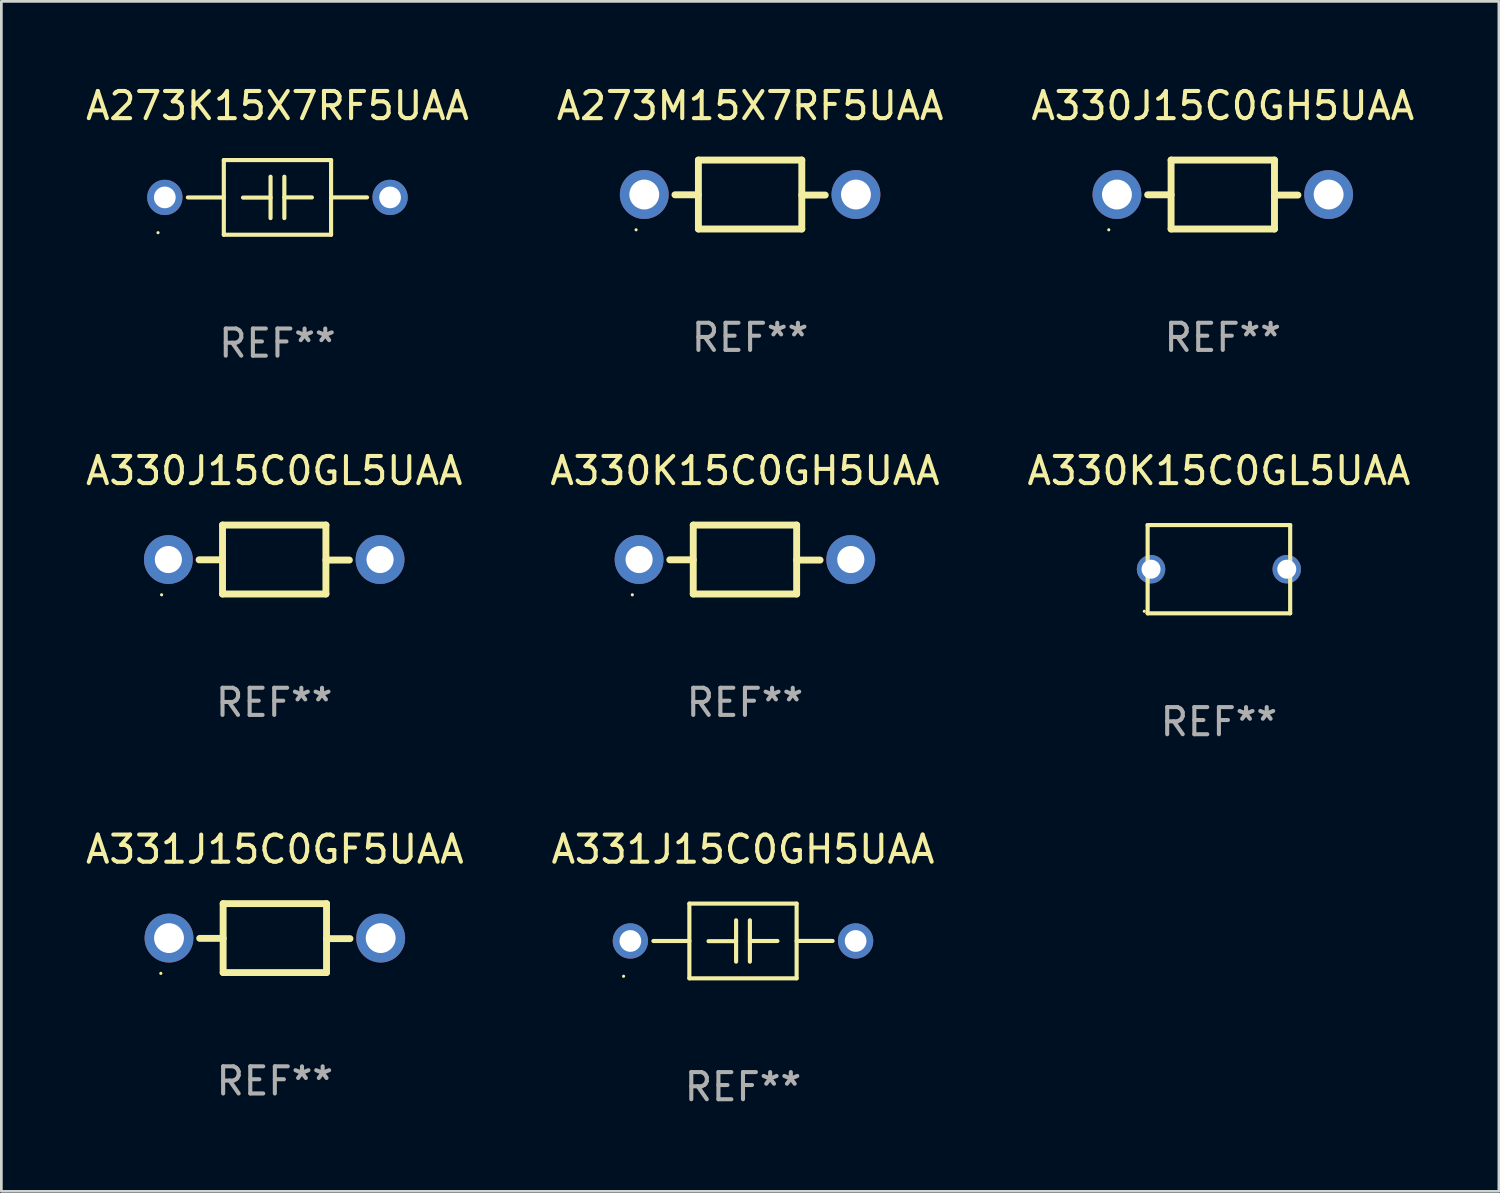
<source format=kicad_pcb>
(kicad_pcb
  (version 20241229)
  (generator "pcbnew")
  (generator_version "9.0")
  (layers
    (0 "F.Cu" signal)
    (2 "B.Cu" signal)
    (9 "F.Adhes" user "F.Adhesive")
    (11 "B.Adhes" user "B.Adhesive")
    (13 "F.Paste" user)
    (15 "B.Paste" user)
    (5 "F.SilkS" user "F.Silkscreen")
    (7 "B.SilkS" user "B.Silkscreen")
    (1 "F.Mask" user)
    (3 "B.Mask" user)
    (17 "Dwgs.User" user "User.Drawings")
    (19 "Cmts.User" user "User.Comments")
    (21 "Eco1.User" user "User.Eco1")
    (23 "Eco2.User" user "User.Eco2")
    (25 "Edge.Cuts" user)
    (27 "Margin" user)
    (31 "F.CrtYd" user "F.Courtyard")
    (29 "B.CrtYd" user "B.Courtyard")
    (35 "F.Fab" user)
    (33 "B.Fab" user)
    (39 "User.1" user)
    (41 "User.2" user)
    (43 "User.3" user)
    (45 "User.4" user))
  (footprint "A331J15C0GF5UAA"
    (layer "F.Cu")
    (at 7.077 31.516)
    (property "Reference" "A331J15C0GF5UAA" (at 0 -3.27 0) (layer "F.SilkS") (effects (font (size 1 1) (thickness 0.15))))
    (attr through_hole)
    (fp_line (start -1.905 -1.27) (end -1.905 1.27) (stroke (width 0.254) (type solid)) (layer "F.SilkS"))
    (fp_line (start -1.905 0.01) (end -2.769 0.01) (stroke (width 0.254) (type solid)) (layer "F.SilkS"))
    (fp_line (start -1.905 1.27) (end 1.905 1.27) (stroke (width 0.254) (type solid)) (layer "F.SilkS"))
    (fp_line (start 1.905 -1.27) (end -1.905 -1.27) (stroke (width 0.254) (type solid)) (layer "F.SilkS"))
    (fp_line (start 1.905 0.02) (end 2.769 0.02) (stroke (width 0.254) (type solid)) (layer "F.SilkS"))
    (fp_line (start 1.905 1.27) (end 1.905 -1.27) (stroke (width 0.254) (type solid)) (layer "F.SilkS"))
    (fp_circle (center -4.201 1.3) (end -4.171 1.3) (stroke (width 0.06) (type solid)) (fill no) (layer "F.SilkS"))
    (fp_text user "REF**" (at 0 5.27 0) (layer "F.Fab") (effects (font (size 1 1) (thickness 0.15))))
    (pad "1" thru_hole circle (at -3.9 0) (size 1.8 1.8) (drill 1.1) (layers "*.Cu" "*.Mask"))
    (pad "2" thru_hole circle (at 3.9 0) (size 1.8 1.8) (drill 1.1) (layers "*.Cu" "*.Mask")))
  (footprint "A330J15C0GL5UAA"
    (layer "F.Cu")
    (at 7.054 17.567)
    (property "Reference" "A330J15C0GL5UAA" (at 0 -3.27 0) (layer "F.SilkS") (effects (font (size 1 1) (thickness 0.15))))
    (attr through_hole)
    (fp_line (start -1.905 -1.27) (end -1.905 1.27) (stroke (width 0.254) (type solid)) (layer "F.SilkS"))
    (fp_line (start -1.905 0.01) (end -2.769 0.01) (stroke (width 0.254) (type solid)) (layer "F.SilkS"))
    (fp_line (start -1.905 1.27) (end 1.905 1.27) (stroke (width 0.254) (type solid)) (layer "F.SilkS"))
    (fp_line (start 1.905 -1.27) (end -1.905 -1.27) (stroke (width 0.254) (type solid)) (layer "F.SilkS"))
    (fp_line (start 1.905 0.02) (end 2.769 0.02) (stroke (width 0.254) (type solid)) (layer "F.SilkS"))
    (fp_line (start 1.905 1.27) (end 1.905 -1.27) (stroke (width 0.254) (type solid)) (layer "F.SilkS"))
    (fp_circle (center -4.15 1.3) (end -4.12 1.3) (stroke (width 0.06) (type solid)) (fill no) (layer "F.SilkS"))
    (fp_text user "REF**" (at 0 5.27 0) (layer "F.Fab") (effects (font (size 1 1) (thickness 0.15))))
    (pad "1" thru_hole circle (at -3.9 0) (size 1.8 1.8) (drill 1) (layers "*.Cu" "*.Mask"))
    (pad "2" thru_hole circle (at 3.9 0) (size 1.8 1.8) (drill 1) (layers "*.Cu" "*.Mask")))
  (footprint "A330K15C0GH5UAA"
    (layer "F.Cu")
    (at 24.399 17.567)
    (property "Reference" "A330K15C0GH5UAA" (at 0 -3.27 0) (layer "F.SilkS") (effects (font (size 1 1) (thickness 0.15))))
    (attr through_hole)
    (fp_line (start -1.905 -1.27) (end -1.905 1.27) (stroke (width 0.254) (type solid)) (layer "F.SilkS"))
    (fp_line (start -1.905 0.01) (end -2.769 0.01) (stroke (width 0.254) (type solid)) (layer "F.SilkS"))
    (fp_line (start -1.905 1.27) (end 1.905 1.27) (stroke (width 0.254) (type solid)) (layer "F.SilkS"))
    (fp_line (start 1.905 -1.27) (end -1.905 -1.27) (stroke (width 0.254) (type solid)) (layer "F.SilkS"))
    (fp_line (start 1.905 0.02) (end 2.769 0.02) (stroke (width 0.254) (type solid)) (layer "F.SilkS"))
    (fp_line (start 1.905 1.27) (end 1.905 -1.27) (stroke (width 0.254) (type solid)) (layer "F.SilkS"))
    (fp_circle (center -4.15 1.3) (end -4.12 1.3) (stroke (width 0.06) (type solid)) (fill no) (layer "F.SilkS"))
    (fp_text user "REF**" (at 0 5.27 0) (layer "F.Fab") (effects (font (size 1 1) (thickness 0.15))))
    (pad "1" thru_hole circle (at -3.9 0) (size 1.8 1.8) (drill 1) (layers "*.Cu" "*.Mask"))
    (pad "2" thru_hole circle (at 3.9 0) (size 1.8 1.8) (drill 1) (layers "*.Cu" "*.Mask")))
  (footprint "A273K15X7RF5UAA"
    (layer "F.Cu")
    (at 7.173 4.224)
    (property "Reference" "A273K15X7RF5UAA" (at 0 -3.376 0) (layer "F.SilkS") (effects (font (size 1 1) (thickness 0.15))))
    (attr through_hole)
    (fp_line (start -1.976 -1.376) (end 1.976 -1.376) (stroke (width 0.152) (type solid)) (layer "F.SilkS"))
    (fp_line (start -1.976 0.001) (end -3.302 0.001) (stroke (width 0.152) (type solid)) (layer "F.SilkS"))
    (fp_line (start -1.976 1.376) (end -1.976 -1.376) (stroke (width 0.152) (type solid)) (layer "F.SilkS"))
    (fp_line (start -0.254 -0.762) (end -0.254 0.762) (stroke (width 0.152) (type solid)) (layer "F.SilkS"))
    (fp_line (start -0.254 0.007) (end -1.27 0.007) (stroke (width 0.152) (type solid)) (layer "F.SilkS"))
    (fp_line (start 0.254 -0.762) (end 0.254 0.762) (stroke (width 0.152) (type solid)) (layer "F.SilkS"))
    (fp_line (start 0.254 0) (end 1.27 0) (stroke (width 0.152) (type solid)) (layer "F.SilkS"))
    (fp_line (start 1.976 -1.376) (end 1.976 1.376) (stroke (width 0.152) (type solid)) (layer "F.SilkS"))
    (fp_line (start 1.976 -0.001) (end 3.302 -0.001) (stroke (width 0.152) (type solid)) (layer "F.SilkS"))
    (fp_line (start 1.976 1.376) (end -1.976 1.376) (stroke (width 0.152) (type solid)) (layer "F.SilkS"))
    (fp_circle (center -4.4 1.3) (end -4.37 1.3) (stroke (width 0.06) (type solid)) (fill no) (layer "F.SilkS"))
    (fp_text user "REF**" (at 0 5.376 0) (layer "F.Fab") (effects (font (size 1 1) (thickness 0.15))))
    (pad "1" thru_hole circle (at -4.15 0) (size 1.3 1.3) (drill 0.8) (layers "*.Cu" "*.Mask"))
    (pad "2" thru_hole circle (at 4.15 0) (size 1.3 1.3) (drill 0.8) (layers "*.Cu" "*.Mask")))
  (footprint "A330K15C0GL5UAA"
    (layer "F.Cu")
    (at 41.863 17.923)
    (property "Reference" "A330K15C0GL5UAA" (at 0 -3.626 0) (layer "F.SilkS") (effects (font (size 1 1) (thickness 0.15))))
    (attr through_hole)
    (fp_line (start -2.626 -1.626) (end 2.626 -1.626) (stroke (width 0.152) (type solid)) (layer "F.SilkS"))
    (fp_line (start -2.626 1.626) (end -2.626 -1.626) (stroke (width 0.152) (type solid)) (layer "F.SilkS"))
    (fp_line (start 2.626 -1.626) (end 2.626 1.626) (stroke (width 0.152) (type solid)) (layer "F.SilkS"))
    (fp_line (start 2.626 1.626) (end -2.626 1.626) (stroke (width 0.152) (type solid)) (layer "F.SilkS"))
    (fp_circle (center -2.75 1.55) (end -2.72 1.55) (stroke (width 0.06) (type solid)) (fill no) (layer "F.SilkS"))
    (fp_text user "REF**" (at 0 5.626 0) (layer "F.Fab") (effects (font (size 1 1) (thickness 0.15))))
    (pad "1" thru_hole circle (at -2.5 -0.000013) (size 1.05 1.05) (drill 0.7) (layers "*.Cu" "*.Mask"))
    (pad "2" thru_hole circle (at 2.5 -0.000013) (size 1.05 1.05) (drill 0.7) (layers "*.Cu" "*.Mask")))
  (footprint "A273M15X7RF5UAA"
    (layer "F.Cu")
    (at 24.589 4.118)
    (property "Reference" "A273M15X7RF5UAA" (at 0 -3.27 0) (layer "F.SilkS") (effects (font (size 1 1) (thickness 0.15))))
    (attr through_hole)
    (fp_line (start -1.905 -1.27) (end -1.905 1.27) (stroke (width 0.254) (type solid)) (layer "F.SilkS"))
    (fp_line (start -1.905 0.01) (end -2.769 0.01) (stroke (width 0.254) (type solid)) (layer "F.SilkS"))
    (fp_line (start -1.905 1.27) (end 1.905 1.27) (stroke (width 0.254) (type solid)) (layer "F.SilkS"))
    (fp_line (start 1.905 -1.27) (end -1.905 -1.27) (stroke (width 0.254) (type solid)) (layer "F.SilkS"))
    (fp_line (start 1.905 0.02) (end 2.769 0.02) (stroke (width 0.254) (type solid)) (layer "F.SilkS"))
    (fp_line (start 1.905 1.27) (end 1.905 -1.27) (stroke (width 0.254) (type solid)) (layer "F.SilkS"))
    (fp_circle (center -4.201 1.3) (end -4.171 1.3) (stroke (width 0.06) (type solid)) (fill no) (layer "F.SilkS"))
    (fp_text user "REF**" (at 0 5.27 0) (layer "F.Fab") (effects (font (size 1 1) (thickness 0.15))))
    (pad "1" thru_hole circle (at -3.9 0) (size 1.8 1.8) (drill 1.1) (layers "*.Cu" "*.Mask"))
    (pad "2" thru_hole circle (at 3.9 0) (size 1.8 1.8) (drill 1.1) (layers "*.Cu" "*.Mask")))
  (footprint "A330J15C0GH5UAA"
    (layer "F.Cu")
    (at 42.006 4.118)
    (property "Reference" "A330J15C0GH5UAA" (at 0 -3.27 0) (layer "F.SilkS") (effects (font (size 1 1) (thickness 0.15))))
    (attr through_hole)
    (fp_line (start -1.905 -1.27) (end -1.905 1.27) (stroke (width 0.254) (type solid)) (layer "F.SilkS"))
    (fp_line (start -1.905 0.01) (end -2.769 0.01) (stroke (width 0.254) (type solid)) (layer "F.SilkS"))
    (fp_line (start -1.905 1.27) (end 1.905 1.27) (stroke (width 0.254) (type solid)) (layer "F.SilkS"))
    (fp_line (start 1.905 -1.27) (end -1.905 -1.27) (stroke (width 0.254) (type solid)) (layer "F.SilkS"))
    (fp_line (start 1.905 0.02) (end 2.769 0.02) (stroke (width 0.254) (type solid)) (layer "F.SilkS"))
    (fp_line (start 1.905 1.27) (end 1.905 -1.27) (stroke (width 0.254) (type solid)) (layer "F.SilkS"))
    (fp_circle (center -4.201 1.3) (end -4.171 1.3) (stroke (width 0.06) (type solid)) (fill no) (layer "F.SilkS"))
    (fp_text user "REF**" (at 0 5.27 0) (layer "F.Fab") (effects (font (size 1 1) (thickness 0.15))))
    (pad "1" thru_hole circle (at -3.9 0) (size 1.8 1.8) (drill 1.1) (layers "*.Cu" "*.Mask"))
    (pad "2" thru_hole circle (at 3.9 0) (size 1.8 1.8) (drill 1.1) (layers "*.Cu" "*.Mask")))
  (footprint "A331J15C0GH5UAA"
    (layer "F.Cu")
    (at 24.327 31.622)
    (property "Reference" "A331J15C0GH5UAA" (at 0 -3.376 0) (layer "F.SilkS") (effects (font (size 1 1) (thickness 0.15))))
    (attr through_hole)
    (fp_line (start -1.976 -1.376) (end 1.976 -1.376) (stroke (width 0.152) (type solid)) (layer "F.SilkS"))
    (fp_line (start -1.976 0.001) (end -3.302 0.001) (stroke (width 0.152) (type solid)) (layer "F.SilkS"))
    (fp_line (start -1.976 1.376) (end -1.976 -1.376) (stroke (width 0.152) (type solid)) (layer "F.SilkS"))
    (fp_line (start -0.254 -0.762) (end -0.254 0.762) (stroke (width 0.152) (type solid)) (layer "F.SilkS"))
    (fp_line (start -0.254 0.007) (end -1.27 0.007) (stroke (width 0.152) (type solid)) (layer "F.SilkS"))
    (fp_line (start 0.254 -0.762) (end 0.254 0.762) (stroke (width 0.152) (type solid)) (layer "F.SilkS"))
    (fp_line (start 0.254 0) (end 1.27 0) (stroke (width 0.152) (type solid)) (layer "F.SilkS"))
    (fp_line (start 1.976 -1.376) (end 1.976 1.376) (stroke (width 0.152) (type solid)) (layer "F.SilkS"))
    (fp_line (start 1.976 -0.001) (end 3.302 -0.001) (stroke (width 0.152) (type solid)) (layer "F.SilkS"))
    (fp_line (start 1.976 1.376) (end -1.976 1.376) (stroke (width 0.152) (type solid)) (layer "F.SilkS"))
    (fp_circle (center -4.4 1.3) (end -4.37 1.3) (stroke (width 0.06) (type solid)) (fill no) (layer "F.SilkS"))
    (fp_text user "REF**" (at 0 5.376 0) (layer "F.Fab") (effects (font (size 1 1) (thickness 0.15))))
    (pad "1" thru_hole circle (at -4.15 0) (size 1.3 1.3) (drill 0.8) (layers "*.Cu" "*.Mask"))
    (pad "2" thru_hole circle (at 4.15 0) (size 1.3 1.3) (drill 0.8) (layers "*.Cu" "*.Mask")))
  (gr_rect
    (start -3 -3)
    (end 52.179 40.847)
    (stroke (width 0.1) (type default))
    (fill no)
    (layer "Edge.Cuts")))
</source>
